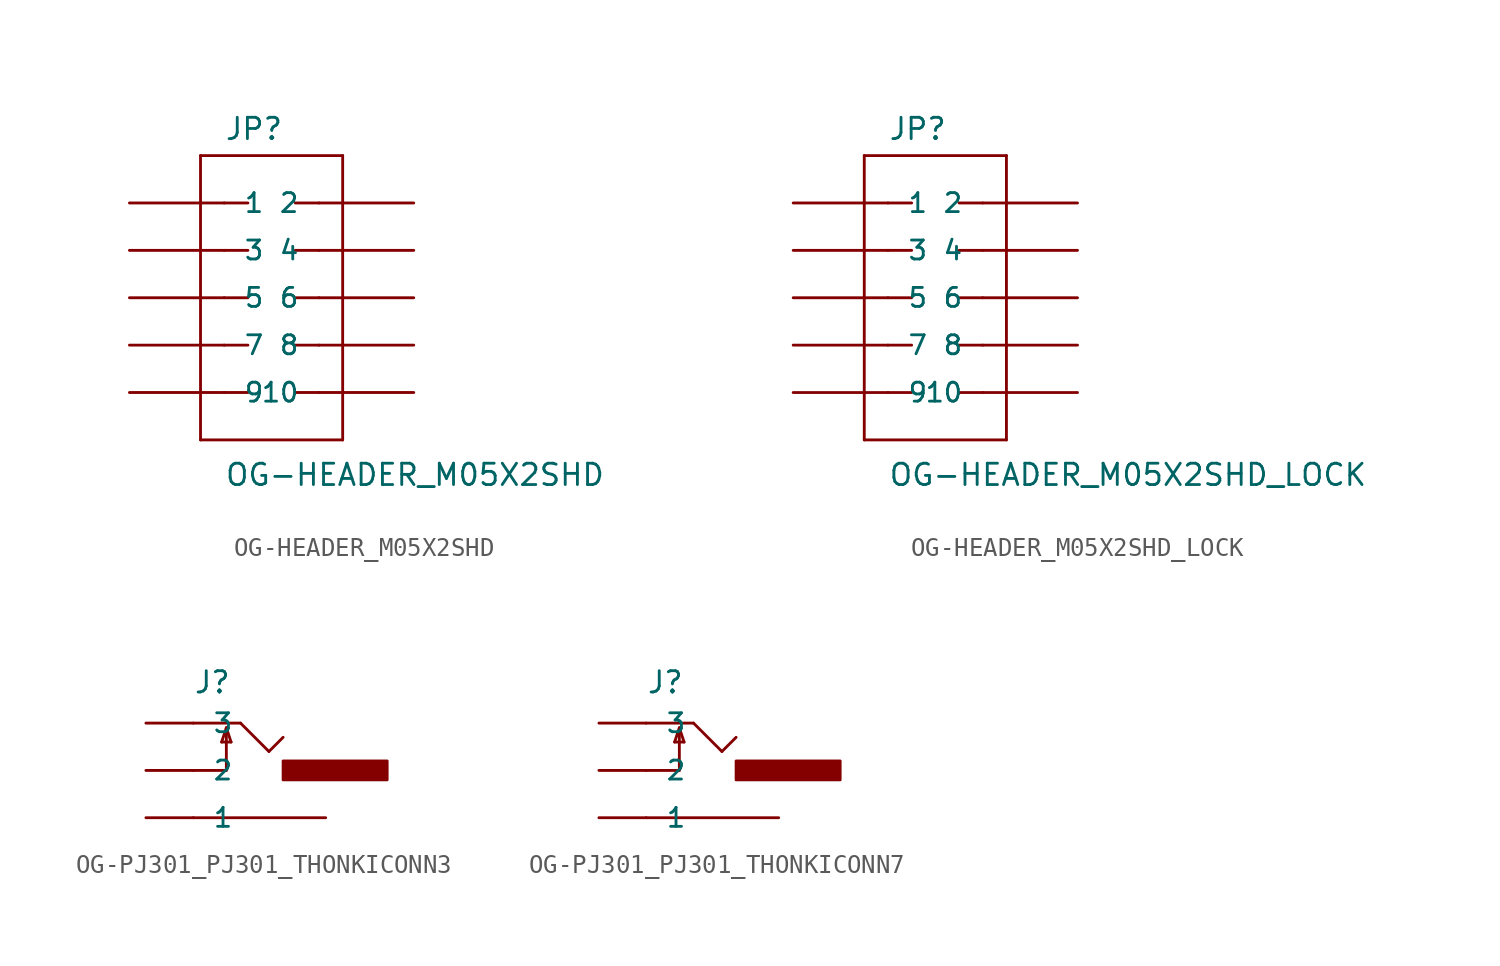
<source format=kicad_sym>
(kicad_symbol_lib
  (version 20210619)
  (generator kicad_symbol_editor)
  (symbol "OG-HEADER_M05X2SHD"
    (pin_numbers hide)
    (pin_names
      (offset 1.016))
    (property "Reference" "JP"
      (at -2.54 8.382 0)
      (effects (font (size 1.143 1.143)) (justify left bottom)))
    (property "Value" "OG-HEADER_M05X2SHD"
      (at -2.54 -10.16 0)
      (effects (font (size 1.143 1.143)) (justify left bottom)))
    (property "ki_locked" ""
      (at 0 0 0)
      (effects (font (size 1.27 1.27))))
    (symbol "OG-HEADER_M05X2SHD_1_0"
      (polyline (pts (xy -3.81 7.62) (xy -3.81 -7.62)) (stroke (width 0)) (fill (type none)))
      (polyline (pts (xy -3.81 7.62) (xy 3.81 7.62)) (stroke (width 0)) (fill (type none)))
      (polyline (pts (xy -1.27 -5.08) (xy -2.54 -5.08)) (stroke (width 0)) (fill (type none)))
      (polyline (pts (xy -1.27 -2.54) (xy -2.54 -2.54)) (stroke (width 0)) (fill (type none)))
      (polyline (pts (xy -1.27 0) (xy -2.54 0)) (stroke (width 0)) (fill (type none)))
      (polyline (pts (xy -1.27 2.54) (xy -2.54 2.54)) (stroke (width 0)) (fill (type none)))
      (polyline (pts (xy -1.27 5.08) (xy -2.54 5.08)) (stroke (width 0)) (fill (type none)))
      (polyline (pts (xy 1.27 -5.08) (xy 2.54 -5.08)) (stroke (width 0)) (fill (type none)))
      (polyline (pts (xy 1.27 -2.54) (xy 2.54 -2.54)) (stroke (width 0)) (fill (type none)))
      (polyline (pts (xy 1.27 0) (xy 2.54 0)) (stroke (width 0)) (fill (type none)))
      (polyline (pts (xy 1.27 2.54) (xy 2.54 2.54)) (stroke (width 0)) (fill (type none)))
      (polyline (pts (xy 1.27 5.08) (xy 2.54 5.08)) (stroke (width 0)) (fill (type none)))
      (polyline (pts (xy 3.81 -7.62) (xy -3.81 -7.62)) (stroke (width 0)) (fill (type none)))
      (polyline (pts (xy 3.81 -7.62) (xy 3.81 7.62)) (stroke (width 0)) (fill (type none))))
    (symbol "OG-HEADER_M05X2SHD_1_1"
      (pin passive line (at -7.62 5.08 0) (length 5.08) (name "1" (effects (font (size 1.016 1.016)))) (number "1" (effects (font (size 1.016 1.016)))))
      (pin passive line (at 7.62 -5.08 180) (length 5.08) (name "10" (effects (font (size 1.016 1.016)))) (number "10" (effects (font (size 1.016 1.016)))))
      (pin passive line (at 7.62 5.08 180) (length 5.08) (name "2" (effects (font (size 1.016 1.016)))) (number "2" (effects (font (size 1.016 1.016)))))
      (pin passive line (at -7.62 2.54 0) (length 5.08) (name "3" (effects (font (size 1.016 1.016)))) (number "3" (effects (font (size 1.016 1.016)))))
      (pin passive line (at 7.62 2.54 180) (length 5.08) (name "4" (effects (font (size 1.016 1.016)))) (number "4" (effects (font (size 1.016 1.016)))))
      (pin passive line (at -7.62 0 0) (length 5.08) (name "5" (effects (font (size 1.016 1.016)))) (number "5" (effects (font (size 1.016 1.016)))))
      (pin passive line (at 7.62 0 180) (length 5.08) (name "6" (effects (font (size 1.016 1.016)))) (number "6" (effects (font (size 1.016 1.016)))))
      (pin passive line (at -7.62 -2.54 0) (length 5.08) (name "7" (effects (font (size 1.016 1.016)))) (number "7" (effects (font (size 1.016 1.016)))))
      (pin passive line (at 7.62 -2.54 180) (length 5.08) (name "8" (effects (font (size 1.016 1.016)))) (number "8" (effects (font (size 1.016 1.016)))))
      (pin passive line (at -7.62 -5.08 0) (length 5.08) (name "9" (effects (font (size 1.016 1.016)))) (number "9" (effects (font (size 1.016 1.016)))))))
  (symbol "OG-HEADER_M05X2SHD_LOCK"
    (pin_numbers hide)
    (pin_names
      (offset 1.016))
    (property "Reference" "JP"
      (at -2.54 8.382 0)
      (effects (font (size 1.143 1.143)) (justify left bottom)))
    (property "Value" "OG-HEADER_M05X2SHD_LOCK"
      (at -2.54 -10.16 0)
      (effects (font (size 1.143 1.143)) (justify left bottom)))
    (property "ki_locked" ""
      (at 0 0 0)
      (effects (font (size 1.27 1.27))))
    (symbol "OG-HEADER_M05X2SHD_LOCK_1_0"
      (polyline (pts (xy -3.81 7.62) (xy -3.81 -7.62)) (stroke (width 0)) (fill (type none)))
      (polyline (pts (xy -3.81 7.62) (xy 3.81 7.62)) (stroke (width 0)) (fill (type none)))
      (polyline (pts (xy -1.27 -5.08) (xy -2.54 -5.08)) (stroke (width 0)) (fill (type none)))
      (polyline (pts (xy -1.27 -2.54) (xy -2.54 -2.54)) (stroke (width 0)) (fill (type none)))
      (polyline (pts (xy -1.27 0) (xy -2.54 0)) (stroke (width 0)) (fill (type none)))
      (polyline (pts (xy -1.27 2.54) (xy -2.54 2.54)) (stroke (width 0)) (fill (type none)))
      (polyline (pts (xy -1.27 5.08) (xy -2.54 5.08)) (stroke (width 0)) (fill (type none)))
      (polyline (pts (xy 1.27 -5.08) (xy 2.54 -5.08)) (stroke (width 0)) (fill (type none)))
      (polyline (pts (xy 1.27 -2.54) (xy 2.54 -2.54)) (stroke (width 0)) (fill (type none)))
      (polyline (pts (xy 1.27 0) (xy 2.54 0)) (stroke (width 0)) (fill (type none)))
      (polyline (pts (xy 1.27 2.54) (xy 2.54 2.54)) (stroke (width 0)) (fill (type none)))
      (polyline (pts (xy 1.27 5.08) (xy 2.54 5.08)) (stroke (width 0)) (fill (type none)))
      (polyline (pts (xy 3.81 -7.62) (xy -3.81 -7.62)) (stroke (width 0)) (fill (type none)))
      (polyline (pts (xy 3.81 -7.62) (xy 3.81 7.62)) (stroke (width 0)) (fill (type none))))
    (symbol "OG-HEADER_M05X2SHD_LOCK_1_1"
      (pin passive line (at -7.62 5.08 0) (length 5.08) (name "1" (effects (font (size 1.016 1.016)))) (number "1" (effects (font (size 1.016 1.016)))))
      (pin passive line (at 7.62 -5.08 180) (length 5.08) (name "10" (effects (font (size 1.016 1.016)))) (number "10" (effects (font (size 1.016 1.016)))))
      (pin passive line (at 7.62 5.08 180) (length 5.08) (name "2" (effects (font (size 1.016 1.016)))) (number "2" (effects (font (size 1.016 1.016)))))
      (pin passive line (at -7.62 2.54 0) (length 5.08) (name "3" (effects (font (size 1.016 1.016)))) (number "3" (effects (font (size 1.016 1.016)))))
      (pin passive line (at 7.62 2.54 180) (length 5.08) (name "4" (effects (font (size 1.016 1.016)))) (number "4" (effects (font (size 1.016 1.016)))))
      (pin passive line (at -7.62 0 0) (length 5.08) (name "5" (effects (font (size 1.016 1.016)))) (number "5" (effects (font (size 1.016 1.016)))))
      (pin passive line (at 7.62 0 180) (length 5.08) (name "6" (effects (font (size 1.016 1.016)))) (number "6" (effects (font (size 1.016 1.016)))))
      (pin passive line (at -7.62 -2.54 0) (length 5.08) (name "7" (effects (font (size 1.016 1.016)))) (number "7" (effects (font (size 1.016 1.016)))))
      (pin passive line (at 7.62 -2.54 180) (length 5.08) (name "8" (effects (font (size 1.016 1.016)))) (number "8" (effects (font (size 1.016 1.016)))))
      (pin passive line (at -7.62 -5.08 0) (length 5.08) (name "9" (effects (font (size 1.016 1.016)))) (number "9" (effects (font (size 1.016 1.016)))))))
  (symbol "OG-PJ301_PJ301_THONKICONN3"
    (pin_numbers hide)
    (pin_names
      (offset 1.016))
    (property "Reference" "J"
      (at -2.54 4.064 0)
      (effects (font (size 1.143 1.143)) (justify left bottom)))
    (property "ki_locked" ""
      (at 0 0 0)
      (effects (font (size 1.27 1.27))))
    (symbol "OG-PJ301_PJ301_THONKICONN3_1_0"
      (polyline (pts (xy -2.54 -2.54) (xy 4.572 -2.54)) (stroke (width 0)) (fill (type none)))
      (polyline (pts (xy -2.54 0) (xy -0.762 0)) (stroke (width 0)) (fill (type none)))
      (polyline (pts (xy -2.54 2.54) (xy 0 2.54)) (stroke (width 0)) (fill (type none)))
      (polyline (pts (xy -1.016 1.524) (xy -0.508 1.524)) (stroke (width 0)) (fill (type none)))
      (polyline (pts (xy -0.762 0) (xy -0.762 2.286)) (stroke (width 0)) (fill (type none)))
      (polyline (pts (xy -0.762 2.286) (xy -1.016 1.524)) (stroke (width 0)) (fill (type none)))
      (polyline (pts (xy -0.508 1.524) (xy -0.762 2.286)) (stroke (width 0)) (fill (type none)))
      (polyline (pts (xy 0 2.54) (xy 1.524 1.016)) (stroke (width 0)) (fill (type none)))
      (polyline (pts (xy 1.524 1.016) (xy 2.286 1.778)) (stroke (width 0)) (fill (type none))))
    (symbol "OG-PJ301_PJ301_THONKICONN3_1_1"
      (rectangle (start 2.286 -0.508) (end 7.874 0.508) (stroke (width 0)) (fill (type outline)))
      (pin passive line (at -5.08 -2.54 0) (length 2.54) (name "1" (effects (font (size 1.016 1.016)))) (number "P1" (effects (font (size 1.016 1.016)))))
      (pin passive line (at -5.08 0 0) (length 2.54) (name "2" (effects (font (size 1.016 1.016)))) (number "P2" (effects (font (size 1.016 1.016)))))
      (pin passive line (at -5.08 2.54 0) (length 2.54) (name "3" (effects (font (size 1.016 1.016)))) (number "P3" (effects (font (size 1.016 1.016)))))))
  (symbol "OG-PJ301_PJ301_THONKICONN7"
    (pin_numbers hide)
    (pin_names
      (offset 1.016))
    (property "Reference" "J"
      (at -2.54 4.064 0)
      (effects (font (size 1.143 1.143)) (justify left bottom)))
    (property "ki_locked" ""
      (at 0 0 0)
      (effects (font (size 1.27 1.27))))
    (symbol "OG-PJ301_PJ301_THONKICONN7_1_0"
      (polyline (pts (xy -2.54 -2.54) (xy 4.572 -2.54)) (stroke (width 0)) (fill (type none)))
      (polyline (pts (xy -2.54 0) (xy -0.762 0)) (stroke (width 0)) (fill (type none)))
      (polyline (pts (xy -2.54 2.54) (xy 0 2.54)) (stroke (width 0)) (fill (type none)))
      (polyline (pts (xy -1.016 1.524) (xy -0.508 1.524)) (stroke (width 0)) (fill (type none)))
      (polyline (pts (xy -0.762 0) (xy -0.762 2.286)) (stroke (width 0)) (fill (type none)))
      (polyline (pts (xy -0.762 2.286) (xy -1.016 1.524)) (stroke (width 0)) (fill (type none)))
      (polyline (pts (xy -0.508 1.524) (xy -0.762 2.286)) (stroke (width 0)) (fill (type none)))
      (polyline (pts (xy 0 2.54) (xy 1.524 1.016)) (stroke (width 0)) (fill (type none)))
      (polyline (pts (xy 1.524 1.016) (xy 2.286 1.778)) (stroke (width 0)) (fill (type none))))
    (symbol "OG-PJ301_PJ301_THONKICONN7_1_1"
      (rectangle (start 2.286 -0.508) (end 7.874 0.508) (stroke (width 0)) (fill (type outline)))
      (pin passive line (at -5.08 -2.54 0) (length 2.54) (name "1" (effects (font (size 1.016 1.016)))) (number "P1" (effects (font (size 1.016 1.016)))))
      (pin passive line (at -5.08 0 0) (length 2.54) (name "2" (effects (font (size 1.016 1.016)))) (number "P2" (effects (font (size 1.016 1.016)))))
      (pin passive line (at -5.08 2.54 0) (length 2.54) (name "3" (effects (font (size 1.016 1.016)))) (number "P3" (effects (font (size 1.016 1.016))))))))
</source>
